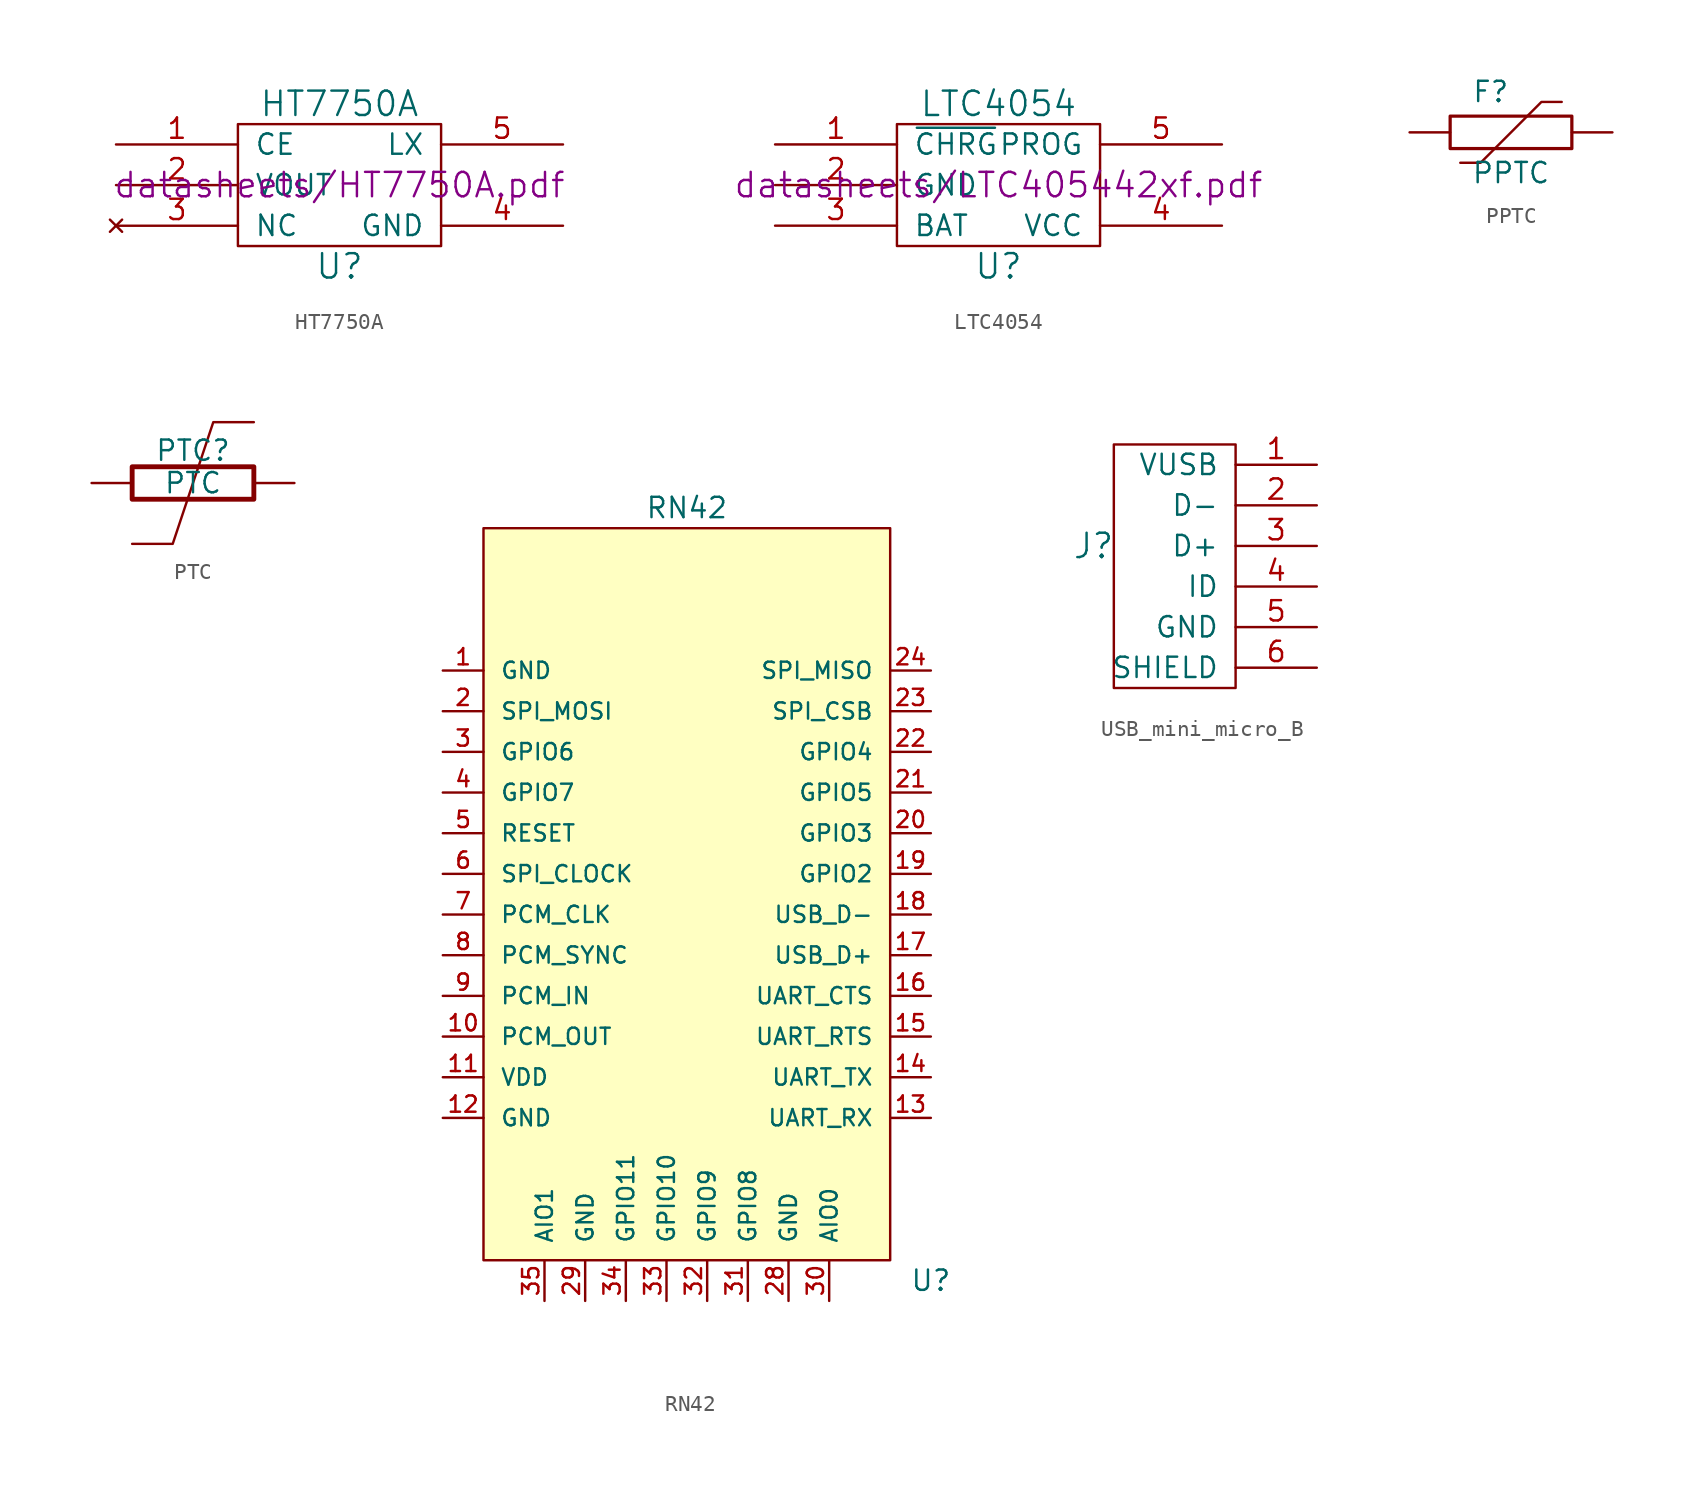
<source format=kicad_sym>
(kicad_symbol_lib
  (version 20211014)
  (generator kicad_symbol_editor)
  (symbol "HT7750A"
    (pin_names
      (offset 1.016))
    (property "Reference" "U"
      (at 0 -5.08 0)
      (effects (font (size 1.524 1.524))))
    (property "Value" "HT7750A"
      (at 0 5.08 0)
      (effects (font (size 1.524 1.524))))
    (property "Footprint" ""
      (at 0 0 0)
      (effects (font (size 1.524 1.524))))
    (property "Datasheet" "datasheets/HT7750A.pdf"
      (at 0 0 0)
      (effects (font (size 1.524 1.524))))
    (symbol "HT7750A_0_1"
      (rectangle (start -6.35 3.81) (end 6.35 -3.81) (stroke (width 0) (type default) (color 0 0 0 0)) (fill (type none))))
    (symbol "HT7750A_1_1"
      (pin input line (at -13.97 2.54 0) (length 7.62) (name "CE" (effects (font (size 1.27 1.27)))) (number "1" (effects (font (size 1.27 1.27)))))
      (pin power_out line (at -13.97 0 0) (length 7.62) (name "VOUT" (effects (font (size 1.27 1.27)))) (number "2" (effects (font (size 1.27 1.27)))))
      (pin no_connect line (at -13.97 -2.54 0) (length 7.62) (name "NC" (effects (font (size 1.27 1.27)))) (number "3" (effects (font (size 1.27 1.27)))))
      (pin power_in line (at 13.97 -2.54 180) (length 7.62) (name "GND" (effects (font (size 1.27 1.27)))) (number "4" (effects (font (size 1.27 1.27)))))
      (pin input line (at 13.97 2.54 180) (length 7.62) (name "LX" (effects (font (size 1.27 1.27)))) (number "5" (effects (font (size 1.27 1.27)))))))
  (symbol "LTC4054"
    (pin_names
      (offset 1.016))
    (property "Reference" "U"
      (at 0 -5.08 0)
      (effects (font (size 1.524 1.524))))
    (property "Value" "LTC4054"
      (at 0 5.08 0)
      (effects (font (size 1.524 1.524))))
    (property "Footprint" ""
      (at 0 0 0)
      (effects (font (size 1.524 1.524))))
    (property "Datasheet" "datasheets/LTC405442xf.pdf"
      (at 0 0 0)
      (effects (font (size 1.524 1.524))))
    (symbol "LTC4054_0_1"
      (rectangle (start -6.35 3.81) (end 6.35 -3.81) (stroke (width 0) (type default) (color 0 0 0 0)) (fill (type none))))
    (symbol "LTC4054_1_1"
      (pin output line (at -13.97 2.54 0) (length 7.62) (name "~{CHRG}" (effects (font (size 1.27 1.27)))) (number "1" (effects (font (size 1.27 1.27)))))
      (pin power_in line (at -13.97 0 0) (length 7.62) (name "GND" (effects (font (size 1.27 1.27)))) (number "2" (effects (font (size 1.27 1.27)))))
      (pin input line (at -13.97 -2.54 0) (length 7.62) (name "BAT" (effects (font (size 1.27 1.27)))) (number "3" (effects (font (size 1.27 1.27)))))
      (pin power_in line (at 13.97 -2.54 180) (length 7.62) (name "VCC" (effects (font (size 1.27 1.27)))) (number "4" (effects (font (size 1.27 1.27)))))
      (pin input line (at 13.97 2.54 180) (length 7.62) (name "PROG" (effects (font (size 1.27 1.27)))) (number "5" (effects (font (size 1.27 1.27)))))))
  (symbol "PPTC"
    (pin_numbers hide)
    (pin_names
      (offset 0))
    (property "Reference" "F"
      (at -1.27 2.54 0)
      (effects (font (size 1.27 1.27))))
    (property "Value" "PPTC"
      (at 0 -2.54 0)
      (effects (font (size 1.27 1.27))))
    (property "Footprint" ""
      (at 0 0 90)
      (effects (font (size 1.524 1.524))))
    (property "Datasheet" ""
      (at 0 0 90)
      (effects (font (size 1.524 1.524))))
    (symbol "PPTC_0_1"
      (rectangle (start -3.81 -1.016) (end 3.81 1.016) (stroke (width 0.203) (type default) (color 0 0 0 0)) (fill (type none)))
      (polyline (pts (xy -3.175 -1.905) (xy -1.905 -1.905) (xy 1.905 1.905) (xy 3.175 1.905) (xy 3.175 1.905)) (stroke (width 0) (type default) (color 0 0 0 0)) (fill (type none))))
    (symbol "PPTC_1_1"
      (pin passive line (at -6.35 0 0) (length 2.54) (name "~" (effects (font (size 1.524 1.524)))) (number "1" (effects (font (size 1.524 1.524)))))
      (pin passive line (at 6.35 0 180) (length 2.54) (name "~" (effects (font (size 1.524 1.524)))) (number "2" (effects (font (size 1.524 1.524)))))))
  (symbol "PTC"
    (pin_numbers hide)
    (pin_names
      (offset 0))
    (property "Reference" "PTC"
      (at 0 2.032 0)
      (effects (font (size 1.27 1.27))))
    (property "Value" "PTC"
      (at 0 0 0)
      (effects (font (size 1.27 1.27))))
    (property "Footprint" ""
      (at 0 0 90)
      (effects (font (size 1.524 1.524))))
    (property "Datasheet" ""
      (at 0 0 90)
      (effects (font (size 1.524 1.524))))
    (symbol "PTC_0_1"
      (rectangle (start -3.81 -1.016) (end 3.81 1.016) (stroke (width 0.305) (type default) (color 0 0 0 0)) (fill (type none)))
      (polyline (pts (xy 3.81 3.81) (xy 1.27 3.81) (xy -1.27 -3.81) (xy -3.81 -3.81)) (stroke (width 0) (type default) (color 0 0 0 0)) (fill (type none))))
    (symbol "PTC_1_1"
      (pin passive line (at -6.35 0 0) (length 2.54) (name "~" (effects (font (size 1.524 1.524)))) (number "1" (effects (font (size 1.524 1.524)))))
      (pin passive line (at 6.35 0 180) (length 2.54) (name "~" (effects (font (size 1.524 1.524)))) (number "2" (effects (font (size 1.524 1.524)))))))
  (symbol "RN42"
    (pin_names
      (offset 1.016))
    (property "Reference" "U"
      (at 15.24 -24.13 0)
      (effects (font (size 1.27 1.27))))
    (property "Value" "RN42"
      (at 0 24.13 0)
      (effects (font (size 1.27 1.27))))
    (property "Footprint" ""
      (at 0 0 0)
      (effects (font (size 1.524 1.524))))
    (property "Datasheet" ""
      (at 0 0 0)
      (effects (font (size 1.524 1.524))))
    (symbol "RN42_0_1"
      (rectangle (start -12.7 -22.86) (end 12.7 22.86) (stroke (width 0) (type default) (color 0 0 0 0)) (fill (type background))))
    (symbol "RN42_1_1"
      (pin input line (at -15.24 13.97 0) (length 2.54) (name "GND" (effects (font (size 1.016 1.016)))) (number "1" (effects (font (size 1.016 1.016)))))
      (pin passive line (at -15.24 -8.89 0) (length 2.54) (name "PCM_OUT" (effects (font (size 1.016 1.016)))) (number "10" (effects (font (size 1.016 1.016)))))
      (pin passive line (at -15.24 -11.43 0) (length 2.54) (name "VDD" (effects (font (size 1.016 1.016)))) (number "11" (effects (font (size 1.016 1.016)))))
      (pin passive line (at -15.24 -13.97 0) (length 2.54) (name "GND" (effects (font (size 1.016 1.016)))) (number "12" (effects (font (size 1.016 1.016)))))
      (pin passive line (at 15.24 -13.97 180) (length 2.54) (name "UART_RX" (effects (font (size 1.016 1.016)))) (number "13" (effects (font (size 1.016 1.016)))))
      (pin passive line (at 15.24 -11.43 180) (length 2.54) (name "UART_TX" (effects (font (size 1.016 1.016)))) (number "14" (effects (font (size 1.016 1.016)))))
      (pin passive line (at 15.24 -8.89 180) (length 2.54) (name "UART_RTS" (effects (font (size 1.016 1.016)))) (number "15" (effects (font (size 1.016 1.016)))))
      (pin passive line (at 15.24 -6.35 180) (length 2.54) (name "UART_CTS" (effects (font (size 1.016 1.016)))) (number "16" (effects (font (size 1.016 1.016)))))
      (pin input line (at 15.24 -3.81 180) (length 2.54) (name "USB_D+" (effects (font (size 1.016 1.016)))) (number "17" (effects (font (size 1.016 1.016)))))
      (pin input line (at 15.24 -1.27 180) (length 2.54) (name "USB_D-" (effects (font (size 1.016 1.016)))) (number "18" (effects (font (size 1.016 1.016)))))
      (pin output line (at 15.24 1.27 180) (length 2.54) (name "GPIO2" (effects (font (size 1.016 1.016)))) (number "19" (effects (font (size 1.016 1.016)))))
      (pin passive line (at -15.24 11.43 0) (length 2.54) (name "SPI_MOSI" (effects (font (size 1.016 1.016)))) (number "2" (effects (font (size 1.016 1.016)))))
      (pin input line (at 15.24 3.81 180) (length 2.54) (name "GPIO3" (effects (font (size 1.016 1.016)))) (number "20" (effects (font (size 1.016 1.016)))))
      (pin input line (at 15.24 6.35 180) (length 2.54) (name "GPIO5" (effects (font (size 1.016 1.016)))) (number "21" (effects (font (size 1.016 1.016)))))
      (pin input line (at 15.24 8.89 180) (length 2.54) (name "GPIO4" (effects (font (size 1.016 1.016)))) (number "22" (effects (font (size 1.016 1.016)))))
      (pin input line (at 15.24 11.43 180) (length 2.54) (name "SPI_CSB" (effects (font (size 1.016 1.016)))) (number "23" (effects (font (size 1.016 1.016)))))
      (pin input line (at 15.24 13.97 180) (length 2.54) (name "SPI_MISO" (effects (font (size 1.016 1.016)))) (number "24" (effects (font (size 1.016 1.016)))))
      (pin input line (at 6.35 -25.4 90) (length 2.54) (name "GND" (effects (font (size 1.016 1.016)))) (number "28" (effects (font (size 1.016 1.016)))))
      (pin input line (at -6.35 -25.4 90) (length 2.54) (name "GND" (effects (font (size 1.016 1.016)))) (number "29" (effects (font (size 1.016 1.016)))))
      (pin output line (at -15.24 8.89 0) (length 2.54) (name "GPIO6" (effects (font (size 1.016 1.016)))) (number "3" (effects (font (size 1.016 1.016)))))
      (pin input line (at 8.89 -25.4 90) (length 2.54) (name "AIO0" (effects (font (size 1.016 1.016)))) (number "30" (effects (font (size 1.016 1.016)))))
      (pin input line (at 3.81 -25.4 90) (length 2.54) (name "GPIO8" (effects (font (size 1.016 1.016)))) (number "31" (effects (font (size 1.016 1.016)))))
      (pin input line (at 1.27 -25.4 90) (length 2.54) (name "GPIO9" (effects (font (size 1.016 1.016)))) (number "32" (effects (font (size 1.016 1.016)))))
      (pin input line (at -1.27 -25.4 90) (length 2.54) (name "GPIO10" (effects (font (size 1.016 1.016)))) (number "33" (effects (font (size 1.016 1.016)))))
      (pin input line (at -3.81 -25.4 90) (length 2.54) (name "GPIO11" (effects (font (size 1.016 1.016)))) (number "34" (effects (font (size 1.016 1.016)))))
      (pin input line (at -8.89 -25.4 90) (length 2.54) (name "AIO1" (effects (font (size 1.016 1.016)))) (number "35" (effects (font (size 1.016 1.016)))))
      (pin power_in line (at -15.24 6.35 0) (length 2.54) (name "GPIO7" (effects (font (size 1.016 1.016)))) (number "4" (effects (font (size 1.016 1.016)))))
      (pin output line (at -15.24 3.81 0) (length 2.54) (name "RESET" (effects (font (size 1.016 1.016)))) (number "5" (effects (font (size 1.016 1.016)))))
      (pin input line (at -15.24 1.27 0) (length 2.54) (name "SPI_CLOCK" (effects (font (size 1.016 1.016)))) (number "6" (effects (font (size 1.016 1.016)))))
      (pin passive line (at -15.24 -1.27 0) (length 2.54) (name "PCM_CLK" (effects (font (size 1.016 1.016)))) (number "7" (effects (font (size 1.016 1.016)))))
      (pin passive line (at -15.24 -3.81 0) (length 2.54) (name "PCM_SYNC" (effects (font (size 1.016 1.016)))) (number "8" (effects (font (size 1.016 1.016)))))
      (pin passive line (at -15.24 -6.35 0) (length 2.54) (name "PCM_IN" (effects (font (size 1.016 1.016)))) (number "9" (effects (font (size 1.016 1.016)))))))
  (symbol "USB_mini_micro_B"
    (pin_names
      (offset 1.016))
    (property "Reference" "J"
      (at -10.16 -1.27 0)
      (effects (font (size 1.524 1.524))))
    (property "Footprint" ""
      (at -1.27 0 0)
      (effects (font (size 1.524 1.524))))
    (property "Datasheet" ""
      (at -1.27 0 0)
      (effects (font (size 1.524 1.524))))
    (symbol "USB_mini_micro_B_0_1"
      (rectangle (start -8.89 5.08) (end -1.27 -10.16) (stroke (width 0) (type default) (color 0 0 0 0)) (fill (type none))))
    (symbol "USB_mini_micro_B_1_1"
      (pin power_out line (at 3.81 3.81 180) (length 5.08) (name "VUSB" (effects (font (size 1.27 1.27)))) (number "1" (effects (font (size 1.27 1.27)))))
      (pin bidirectional line (at 3.81 1.27 180) (length 5.08) (name "D-" (effects (font (size 1.27 1.27)))) (number "2" (effects (font (size 1.27 1.27)))))
      (pin bidirectional line (at 3.81 -1.27 180) (length 5.08) (name "D+" (effects (font (size 1.27 1.27)))) (number "3" (effects (font (size 1.27 1.27)))))
      (pin input line (at 3.81 -3.81 180) (length 5.08) (name "ID" (effects (font (size 1.27 1.27)))) (number "4" (effects (font (size 1.27 1.27)))))
      (pin power_out line (at 3.81 -6.35 180) (length 5.08) (name "GND" (effects (font (size 1.27 1.27)))) (number "5" (effects (font (size 1.27 1.27)))))
      (pin input line (at 3.81 -8.89 180) (length 5.08) (name "SHIELD" (effects (font (size 1.27 1.27)))) (number "6" (effects (font (size 1.27 1.27))))))))
</source>
